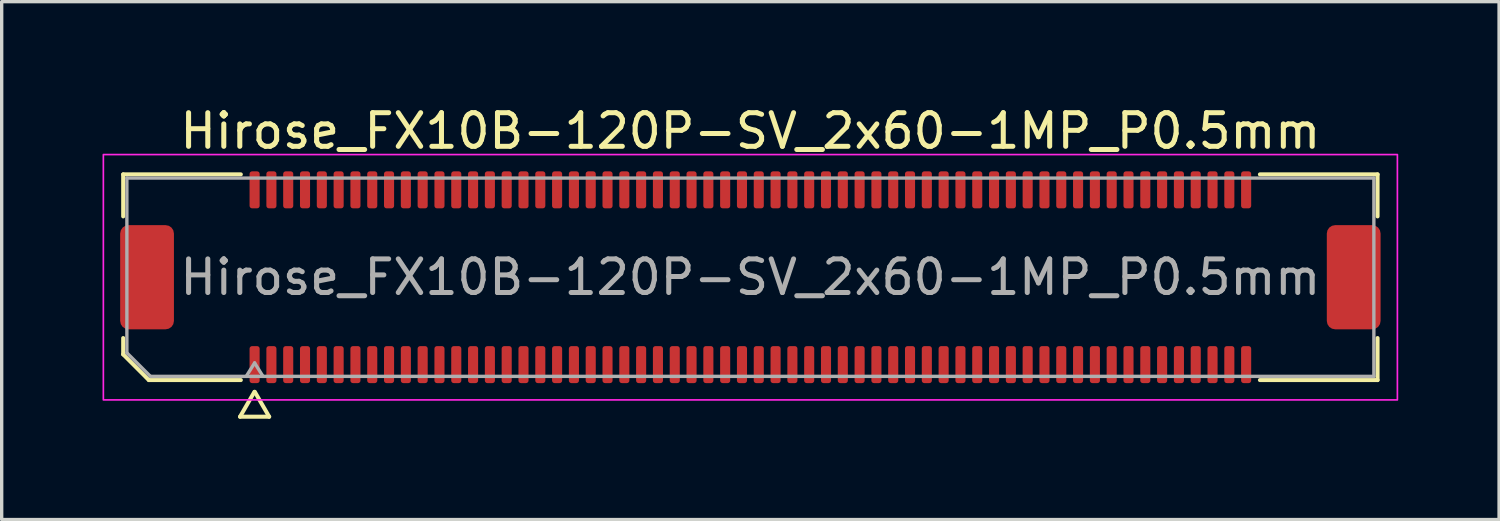
<source format=kicad_pcb>
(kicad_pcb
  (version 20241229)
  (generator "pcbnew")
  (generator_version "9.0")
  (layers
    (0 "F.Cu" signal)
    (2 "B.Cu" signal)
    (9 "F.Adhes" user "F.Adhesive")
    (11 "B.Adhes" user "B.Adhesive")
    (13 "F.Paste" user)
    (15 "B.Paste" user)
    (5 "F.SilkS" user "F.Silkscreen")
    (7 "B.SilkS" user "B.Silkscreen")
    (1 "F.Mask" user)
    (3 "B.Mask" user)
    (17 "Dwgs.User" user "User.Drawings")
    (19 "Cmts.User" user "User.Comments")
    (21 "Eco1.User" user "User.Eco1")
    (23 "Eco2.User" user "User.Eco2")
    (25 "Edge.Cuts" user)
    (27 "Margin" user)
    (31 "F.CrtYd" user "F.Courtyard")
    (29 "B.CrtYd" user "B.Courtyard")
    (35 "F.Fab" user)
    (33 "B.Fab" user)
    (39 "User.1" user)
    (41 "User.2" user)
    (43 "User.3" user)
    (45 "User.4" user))
  (footprint "Hirose_FX10B-120P-SV_2x60-1MP_P0.5mm"
    (layer "F.Cu")
    (at 19.275 5.198)
    (property "Reference" "Hirose_FX10B-120P-SV_2x60-1MP_P0.5mm" (at 0 -4.35 0) (layer "F.SilkS") (effects (font (size 1 1) (thickness 0.15))))
    (attr smd)
    (fp_line (start -18.66 -3.06) (end -15.16 -3.06) (stroke (width 0.12) (type solid)) (layer "F.SilkS"))
    (fp_line (start -18.66 -1.81) (end -18.66 -3.06) (stroke (width 0.12) (type solid)) (layer "F.SilkS"))
    (fp_line (start -18.66 2.296) (end -18.66 1.81) (stroke (width 0.12) (type solid)) (layer "F.SilkS"))
    (fp_line (start -17.896 3.06) (end -18.66 2.296) (stroke (width 0.12) (type solid)) (layer "F.SilkS"))
    (fp_line (start -15.183 4.15) (end -14.756 3.41) (stroke (width 0.12) (type solid)) (layer "F.SilkS"))
    (fp_line (start -15.16 3.06) (end -17.896 3.06) (stroke (width 0.12) (type solid)) (layer "F.SilkS"))
    (fp_line (start -14.744 3.41) (end -14.317 4.15) (stroke (width 0.12) (type solid)) (layer "F.SilkS"))
    (fp_line (start -14.317 4.15) (end -15.183 4.15) (stroke (width 0.12) (type solid)) (layer "F.SilkS"))
    (fp_line (start 15.16 -3.06) (end 18.66 -3.06) (stroke (width 0.12) (type solid)) (layer "F.SilkS"))
    (fp_line (start 18.66 -3.06) (end 18.66 -1.81) (stroke (width 0.12) (type solid)) (layer "F.SilkS"))
    (fp_line (start 18.66 1.81) (end 18.66 3.06) (stroke (width 0.12) (type solid)) (layer "F.SilkS"))
    (fp_line (start 18.66 3.06) (end 15.16 3.06) (stroke (width 0.12) (type solid)) (layer "F.SilkS"))
    (fp_rect (start -19.25 -3.65) (end 19.25 3.65) (stroke (width 0.05) (type solid)) (fill no) (layer "F.CrtYd"))
    (fp_line (start -18.55 -2.95) (end 18.55 -2.95) (stroke (width 0.1) (type solid)) (layer "F.Fab"))
    (fp_line (start -18.55 2.25) (end -18.55 -2.95) (stroke (width 0.1) (type solid)) (layer "F.Fab"))
    (fp_line (start -17.85 2.95) (end -18.55 2.25) (stroke (width 0.1) (type solid)) (layer "F.Fab"))
    (fp_line (start -15 2.95) (end -14.75 2.55) (stroke (width 0.1) (type solid)) (layer "F.Fab"))
    (fp_line (start -14.75 2.55) (end -14.5 2.95) (stroke (width 0.1) (type solid)) (layer "F.Fab"))
    (fp_line (start 18.55 -2.95) (end 18.55 2.95) (stroke (width 0.1) (type solid)) (layer "F.Fab"))
    (fp_line (start 18.55 2.95) (end -17.85 2.95) (stroke (width 0.1) (type solid)) (layer "F.Fab"))
    (fp_text user "${REFERENCE}" (at 0 0 0) (layer "F.Fab") (effects (font (size 1 1) (thickness 0.15))))
    (pad "1" smd roundrect (at -14.75 2.6) (size 0.3 1.1) (layers "F.Cu" "F.Mask" "F.Paste") (roundrect_rratio 0.25))
    (pad "2" smd roundrect (at -14.75 -2.6) (size 0.3 1.1) (layers "F.Cu" "F.Mask" "F.Paste") (roundrect_rratio 0.25))
    (pad "3" smd roundrect (at -14.25 2.6) (size 0.3 1.1) (layers "F.Cu" "F.Mask" "F.Paste") (roundrect_rratio 0.25))
    (pad "4" smd roundrect (at -14.25 -2.6) (size 0.3 1.1) (layers "F.Cu" "F.Mask" "F.Paste") (roundrect_rratio 0.25))
    (pad "5" smd roundrect (at -13.75 2.6) (size 0.3 1.1) (layers "F.Cu" "F.Mask" "F.Paste") (roundrect_rratio 0.25))
    (pad "6" smd roundrect (at -13.75 -2.6) (size 0.3 1.1) (layers "F.Cu" "F.Mask" "F.Paste") (roundrect_rratio 0.25))
    (pad "7" smd roundrect (at -13.25 2.6) (size 0.3 1.1) (layers "F.Cu" "F.Mask" "F.Paste") (roundrect_rratio 0.25))
    (pad "8" smd roundrect (at -13.25 -2.6) (size 0.3 1.1) (layers "F.Cu" "F.Mask" "F.Paste") (roundrect_rratio 0.25))
    (pad "9" smd roundrect (at -12.75 2.6) (size 0.3 1.1) (layers "F.Cu" "F.Mask" "F.Paste") (roundrect_rratio 0.25))
    (pad "10" smd roundrect (at -12.75 -2.6) (size 0.3 1.1) (layers "F.Cu" "F.Mask" "F.Paste") (roundrect_rratio 0.25))
    (pad "11" smd roundrect (at -12.25 2.6) (size 0.3 1.1) (layers "F.Cu" "F.Mask" "F.Paste") (roundrect_rratio 0.25))
    (pad "12" smd roundrect (at -12.25 -2.6) (size 0.3 1.1) (layers "F.Cu" "F.Mask" "F.Paste") (roundrect_rratio 0.25))
    (pad "13" smd roundrect (at -11.75 2.6) (size 0.3 1.1) (layers "F.Cu" "F.Mask" "F.Paste") (roundrect_rratio 0.25))
    (pad "14" smd roundrect (at -11.75 -2.6) (size 0.3 1.1) (layers "F.Cu" "F.Mask" "F.Paste") (roundrect_rratio 0.25))
    (pad "15" smd roundrect (at -11.25 2.6) (size 0.3 1.1) (layers "F.Cu" "F.Mask" "F.Paste") (roundrect_rratio 0.25))
    (pad "16" smd roundrect (at -11.25 -2.6) (size 0.3 1.1) (layers "F.Cu" "F.Mask" "F.Paste") (roundrect_rratio 0.25))
    (pad "17" smd roundrect (at -10.75 2.6) (size 0.3 1.1) (layers "F.Cu" "F.Mask" "F.Paste") (roundrect_rratio 0.25))
    (pad "18" smd roundrect (at -10.75 -2.6) (size 0.3 1.1) (layers "F.Cu" "F.Mask" "F.Paste") (roundrect_rratio 0.25))
    (pad "19" smd roundrect (at -10.25 2.6) (size 0.3 1.1) (layers "F.Cu" "F.Mask" "F.Paste") (roundrect_rratio 0.25))
    (pad "20" smd roundrect (at -10.25 -2.6) (size 0.3 1.1) (layers "F.Cu" "F.Mask" "F.Paste") (roundrect_rratio 0.25))
    (pad "21" smd roundrect (at -9.75 2.6) (size 0.3 1.1) (layers "F.Cu" "F.Mask" "F.Paste") (roundrect_rratio 0.25))
    (pad "22" smd roundrect (at -9.75 -2.6) (size 0.3 1.1) (layers "F.Cu" "F.Mask" "F.Paste") (roundrect_rratio 0.25))
    (pad "23" smd roundrect (at -9.25 2.6) (size 0.3 1.1) (layers "F.Cu" "F.Mask" "F.Paste") (roundrect_rratio 0.25))
    (pad "24" smd roundrect (at -9.25 -2.6) (size 0.3 1.1) (layers "F.Cu" "F.Mask" "F.Paste") (roundrect_rratio 0.25))
    (pad "25" smd roundrect (at -8.75 2.6) (size 0.3 1.1) (layers "F.Cu" "F.Mask" "F.Paste") (roundrect_rratio 0.25))
    (pad "26" smd roundrect (at -8.75 -2.6) (size 0.3 1.1) (layers "F.Cu" "F.Mask" "F.Paste") (roundrect_rratio 0.25))
    (pad "27" smd roundrect (at -8.25 2.6) (size 0.3 1.1) (layers "F.Cu" "F.Mask" "F.Paste") (roundrect_rratio 0.25))
    (pad "28" smd roundrect (at -8.25 -2.6) (size 0.3 1.1) (layers "F.Cu" "F.Mask" "F.Paste") (roundrect_rratio 0.25))
    (pad "29" smd roundrect (at -7.75 2.6) (size 0.3 1.1) (layers "F.Cu" "F.Mask" "F.Paste") (roundrect_rratio 0.25))
    (pad "30" smd roundrect (at -7.75 -2.6) (size 0.3 1.1) (layers "F.Cu" "F.Mask" "F.Paste") (roundrect_rratio 0.25))
    (pad "31" smd roundrect (at -7.25 2.6) (size 0.3 1.1) (layers "F.Cu" "F.Mask" "F.Paste") (roundrect_rratio 0.25))
    (pad "32" smd roundrect (at -7.25 -2.6) (size 0.3 1.1) (layers "F.Cu" "F.Mask" "F.Paste") (roundrect_rratio 0.25))
    (pad "33" smd roundrect (at -6.75 2.6) (size 0.3 1.1) (layers "F.Cu" "F.Mask" "F.Paste") (roundrect_rratio 0.25))
    (pad "34" smd roundrect (at -6.75 -2.6) (size 0.3 1.1) (layers "F.Cu" "F.Mask" "F.Paste") (roundrect_rratio 0.25))
    (pad "35" smd roundrect (at -6.25 2.6) (size 0.3 1.1) (layers "F.Cu" "F.Mask" "F.Paste") (roundrect_rratio 0.25))
    (pad "36" smd roundrect (at -6.25 -2.6) (size 0.3 1.1) (layers "F.Cu" "F.Mask" "F.Paste") (roundrect_rratio 0.25))
    (pad "37" smd roundrect (at -5.75 2.6) (size 0.3 1.1) (layers "F.Cu" "F.Mask" "F.Paste") (roundrect_rratio 0.25))
    (pad "38" smd roundrect (at -5.75 -2.6) (size 0.3 1.1) (layers "F.Cu" "F.Mask" "F.Paste") (roundrect_rratio 0.25))
    (pad "39" smd roundrect (at -5.25 2.6) (size 0.3 1.1) (layers "F.Cu" "F.Mask" "F.Paste") (roundrect_rratio 0.25))
    (pad "40" smd roundrect (at -5.25 -2.6) (size 0.3 1.1) (layers "F.Cu" "F.Mask" "F.Paste") (roundrect_rratio 0.25))
    (pad "41" smd roundrect (at -4.75 2.6) (size 0.3 1.1) (layers "F.Cu" "F.Mask" "F.Paste") (roundrect_rratio 0.25))
    (pad "42" smd roundrect (at -4.75 -2.6) (size 0.3 1.1) (layers "F.Cu" "F.Mask" "F.Paste") (roundrect_rratio 0.25))
    (pad "43" smd roundrect (at -4.25 2.6) (size 0.3 1.1) (layers "F.Cu" "F.Mask" "F.Paste") (roundrect_rratio 0.25))
    (pad "44" smd roundrect (at -4.25 -2.6) (size 0.3 1.1) (layers "F.Cu" "F.Mask" "F.Paste") (roundrect_rratio 0.25))
    (pad "45" smd roundrect (at -3.75 2.6) (size 0.3 1.1) (layers "F.Cu" "F.Mask" "F.Paste") (roundrect_rratio 0.25))
    (pad "46" smd roundrect (at -3.75 -2.6) (size 0.3 1.1) (layers "F.Cu" "F.Mask" "F.Paste") (roundrect_rratio 0.25))
    (pad "47" smd roundrect (at -3.25 2.6) (size 0.3 1.1) (layers "F.Cu" "F.Mask" "F.Paste") (roundrect_rratio 0.25))
    (pad "48" smd roundrect (at -3.25 -2.6) (size 0.3 1.1) (layers "F.Cu" "F.Mask" "F.Paste") (roundrect_rratio 0.25))
    (pad "49" smd roundrect (at -2.75 2.6) (size 0.3 1.1) (layers "F.Cu" "F.Mask" "F.Paste") (roundrect_rratio 0.25))
    (pad "50" smd roundrect (at -2.75 -2.6) (size 0.3 1.1) (layers "F.Cu" "F.Mask" "F.Paste") (roundrect_rratio 0.25))
    (pad "51" smd roundrect (at -2.25 2.6) (size 0.3 1.1) (layers "F.Cu" "F.Mask" "F.Paste") (roundrect_rratio 0.25))
    (pad "52" smd roundrect (at -2.25 -2.6) (size 0.3 1.1) (layers "F.Cu" "F.Mask" "F.Paste") (roundrect_rratio 0.25))
    (pad "53" smd roundrect (at -1.75 2.6) (size 0.3 1.1) (layers "F.Cu" "F.Mask" "F.Paste") (roundrect_rratio 0.25))
    (pad "54" smd roundrect (at -1.75 -2.6) (size 0.3 1.1) (layers "F.Cu" "F.Mask" "F.Paste") (roundrect_rratio 0.25))
    (pad "55" smd roundrect (at -1.25 2.6) (size 0.3 1.1) (layers "F.Cu" "F.Mask" "F.Paste") (roundrect_rratio 0.25))
    (pad "56" smd roundrect (at -1.25 -2.6) (size 0.3 1.1) (layers "F.Cu" "F.Mask" "F.Paste") (roundrect_rratio 0.25))
    (pad "57" smd roundrect (at -0.75 2.6) (size 0.3 1.1) (layers "F.Cu" "F.Mask" "F.Paste") (roundrect_rratio 0.25))
    (pad "58" smd roundrect (at -0.75 -2.6) (size 0.3 1.1) (layers "F.Cu" "F.Mask" "F.Paste") (roundrect_rratio 0.25))
    (pad "59" smd roundrect (at -0.25 2.6) (size 0.3 1.1) (layers "F.Cu" "F.Mask" "F.Paste") (roundrect_rratio 0.25))
    (pad "60" smd roundrect (at -0.25 -2.6) (size 0.3 1.1) (layers "F.Cu" "F.Mask" "F.Paste") (roundrect_rratio 0.25))
    (pad "61" smd roundrect (at 0.25 2.6) (size 0.3 1.1) (layers "F.Cu" "F.Mask" "F.Paste") (roundrect_rratio 0.25))
    (pad "62" smd roundrect (at 0.25 -2.6) (size 0.3 1.1) (layers "F.Cu" "F.Mask" "F.Paste") (roundrect_rratio 0.25))
    (pad "63" smd roundrect (at 0.75 2.6) (size 0.3 1.1) (layers "F.Cu" "F.Mask" "F.Paste") (roundrect_rratio 0.25))
    (pad "64" smd roundrect (at 0.75 -2.6) (size 0.3 1.1) (layers "F.Cu" "F.Mask" "F.Paste") (roundrect_rratio 0.25))
    (pad "65" smd roundrect (at 1.25 2.6) (size 0.3 1.1) (layers "F.Cu" "F.Mask" "F.Paste") (roundrect_rratio 0.25))
    (pad "66" smd roundrect (at 1.25 -2.6) (size 0.3 1.1) (layers "F.Cu" "F.Mask" "F.Paste") (roundrect_rratio 0.25))
    (pad "67" smd roundrect (at 1.75 2.6) (size 0.3 1.1) (layers "F.Cu" "F.Mask" "F.Paste") (roundrect_rratio 0.25))
    (pad "68" smd roundrect (at 1.75 -2.6) (size 0.3 1.1) (layers "F.Cu" "F.Mask" "F.Paste") (roundrect_rratio 0.25))
    (pad "69" smd roundrect (at 2.25 2.6) (size 0.3 1.1) (layers "F.Cu" "F.Mask" "F.Paste") (roundrect_rratio 0.25))
    (pad "70" smd roundrect (at 2.25 -2.6) (size 0.3 1.1) (layers "F.Cu" "F.Mask" "F.Paste") (roundrect_rratio 0.25))
    (pad "71" smd roundrect (at 2.75 2.6) (size 0.3 1.1) (layers "F.Cu" "F.Mask" "F.Paste") (roundrect_rratio 0.25))
    (pad "72" smd roundrect (at 2.75 -2.6) (size 0.3 1.1) (layers "F.Cu" "F.Mask" "F.Paste") (roundrect_rratio 0.25))
    (pad "73" smd roundrect (at 3.25 2.6) (size 0.3 1.1) (layers "F.Cu" "F.Mask" "F.Paste") (roundrect_rratio 0.25))
    (pad "74" smd roundrect (at 3.25 -2.6) (size 0.3 1.1) (layers "F.Cu" "F.Mask" "F.Paste") (roundrect_rratio 0.25))
    (pad "75" smd roundrect (at 3.75 2.6) (size 0.3 1.1) (layers "F.Cu" "F.Mask" "F.Paste") (roundrect_rratio 0.25))
    (pad "76" smd roundrect (at 3.75 -2.6) (size 0.3 1.1) (layers "F.Cu" "F.Mask" "F.Paste") (roundrect_rratio 0.25))
    (pad "77" smd roundrect (at 4.25 2.6) (size 0.3 1.1) (layers "F.Cu" "F.Mask" "F.Paste") (roundrect_rratio 0.25))
    (pad "78" smd roundrect (at 4.25 -2.6) (size 0.3 1.1) (layers "F.Cu" "F.Mask" "F.Paste") (roundrect_rratio 0.25))
    (pad "79" smd roundrect (at 4.75 2.6) (size 0.3 1.1) (layers "F.Cu" "F.Mask" "F.Paste") (roundrect_rratio 0.25))
    (pad "80" smd roundrect (at 4.75 -2.6) (size 0.3 1.1) (layers "F.Cu" "F.Mask" "F.Paste") (roundrect_rratio 0.25))
    (pad "81" smd roundrect (at 5.25 2.6) (size 0.3 1.1) (layers "F.Cu" "F.Mask" "F.Paste") (roundrect_rratio 0.25))
    (pad "82" smd roundrect (at 5.25 -2.6) (size 0.3 1.1) (layers "F.Cu" "F.Mask" "F.Paste") (roundrect_rratio 0.25))
    (pad "83" smd roundrect (at 5.75 2.6) (size 0.3 1.1) (layers "F.Cu" "F.Mask" "F.Paste") (roundrect_rratio 0.25))
    (pad "84" smd roundrect (at 5.75 -2.6) (size 0.3 1.1) (layers "F.Cu" "F.Mask" "F.Paste") (roundrect_rratio 0.25))
    (pad "85" smd roundrect (at 6.25 2.6) (size 0.3 1.1) (layers "F.Cu" "F.Mask" "F.Paste") (roundrect_rratio 0.25))
    (pad "86" smd roundrect (at 6.25 -2.6) (size 0.3 1.1) (layers "F.Cu" "F.Mask" "F.Paste") (roundrect_rratio 0.25))
    (pad "87" smd roundrect (at 6.75 2.6) (size 0.3 1.1) (layers "F.Cu" "F.Mask" "F.Paste") (roundrect_rratio 0.25))
    (pad "88" smd roundrect (at 6.75 -2.6) (size 0.3 1.1) (layers "F.Cu" "F.Mask" "F.Paste") (roundrect_rratio 0.25))
    (pad "89" smd roundrect (at 7.25 2.6) (size 0.3 1.1) (layers "F.Cu" "F.Mask" "F.Paste") (roundrect_rratio 0.25))
    (pad "90" smd roundrect (at 7.25 -2.6) (size 0.3 1.1) (layers "F.Cu" "F.Mask" "F.Paste") (roundrect_rratio 0.25))
    (pad "91" smd roundrect (at 7.75 2.6) (size 0.3 1.1) (layers "F.Cu" "F.Mask" "F.Paste") (roundrect_rratio 0.25))
    (pad "92" smd roundrect (at 7.75 -2.6) (size 0.3 1.1) (layers "F.Cu" "F.Mask" "F.Paste") (roundrect_rratio 0.25))
    (pad "93" smd roundrect (at 8.25 2.6) (size 0.3 1.1) (layers "F.Cu" "F.Mask" "F.Paste") (roundrect_rratio 0.25))
    (pad "94" smd roundrect (at 8.25 -2.6) (size 0.3 1.1) (layers "F.Cu" "F.Mask" "F.Paste") (roundrect_rratio 0.25))
    (pad "95" smd roundrect (at 8.75 2.6) (size 0.3 1.1) (layers "F.Cu" "F.Mask" "F.Paste") (roundrect_rratio 0.25))
    (pad "96" smd roundrect (at 8.75 -2.6) (size 0.3 1.1) (layers "F.Cu" "F.Mask" "F.Paste") (roundrect_rratio 0.25))
    (pad "97" smd roundrect (at 9.25 2.6) (size 0.3 1.1) (layers "F.Cu" "F.Mask" "F.Paste") (roundrect_rratio 0.25))
    (pad "98" smd roundrect (at 9.25 -2.6) (size 0.3 1.1) (layers "F.Cu" "F.Mask" "F.Paste") (roundrect_rratio 0.25))
    (pad "99" smd roundrect (at 9.75 2.6) (size 0.3 1.1) (layers "F.Cu" "F.Mask" "F.Paste") (roundrect_rratio 0.25))
    (pad "100" smd roundrect (at 9.75 -2.6) (size 0.3 1.1) (layers "F.Cu" "F.Mask" "F.Paste") (roundrect_rratio 0.25))
    (pad "101" smd roundrect (at 10.25 2.6) (size 0.3 1.1) (layers "F.Cu" "F.Mask" "F.Paste") (roundrect_rratio 0.25))
    (pad "102" smd roundrect (at 10.25 -2.6) (size 0.3 1.1) (layers "F.Cu" "F.Mask" "F.Paste") (roundrect_rratio 0.25))
    (pad "103" smd roundrect (at 10.75 2.6) (size 0.3 1.1) (layers "F.Cu" "F.Mask" "F.Paste") (roundrect_rratio 0.25))
    (pad "104" smd roundrect (at 10.75 -2.6) (size 0.3 1.1) (layers "F.Cu" "F.Mask" "F.Paste") (roundrect_rratio 0.25))
    (pad "105" smd roundrect (at 11.25 2.6) (size 0.3 1.1) (layers "F.Cu" "F.Mask" "F.Paste") (roundrect_rratio 0.25))
    (pad "106" smd roundrect (at 11.25 -2.6) (size 0.3 1.1) (layers "F.Cu" "F.Mask" "F.Paste") (roundrect_rratio 0.25))
    (pad "107" smd roundrect (at 11.75 2.6) (size 0.3 1.1) (layers "F.Cu" "F.Mask" "F.Paste") (roundrect_rratio 0.25))
    (pad "108" smd roundrect (at 11.75 -2.6) (size 0.3 1.1) (layers "F.Cu" "F.Mask" "F.Paste") (roundrect_rratio 0.25))
    (pad "109" smd roundrect (at 12.25 2.6) (size 0.3 1.1) (layers "F.Cu" "F.Mask" "F.Paste") (roundrect_rratio 0.25))
    (pad "110" smd roundrect (at 12.25 -2.6) (size 0.3 1.1) (layers "F.Cu" "F.Mask" "F.Paste") (roundrect_rratio 0.25))
    (pad "111" smd roundrect (at 12.75 2.6) (size 0.3 1.1) (layers "F.Cu" "F.Mask" "F.Paste") (roundrect_rratio 0.25))
    (pad "112" smd roundrect (at 12.75 -2.6) (size 0.3 1.1) (layers "F.Cu" "F.Mask" "F.Paste") (roundrect_rratio 0.25))
    (pad "113" smd roundrect (at 13.25 2.6) (size 0.3 1.1) (layers "F.Cu" "F.Mask" "F.Paste") (roundrect_rratio 0.25))
    (pad "114" smd roundrect (at 13.25 -2.6) (size 0.3 1.1) (layers "F.Cu" "F.Mask" "F.Paste") (roundrect_rratio 0.25))
    (pad "115" smd roundrect (at 13.75 2.6) (size 0.3 1.1) (layers "F.Cu" "F.Mask" "F.Paste") (roundrect_rratio 0.25))
    (pad "116" smd roundrect (at 13.75 -2.6) (size 0.3 1.1) (layers "F.Cu" "F.Mask" "F.Paste") (roundrect_rratio 0.25))
    (pad "117" smd roundrect (at 14.25 2.6) (size 0.3 1.1) (layers "F.Cu" "F.Mask" "F.Paste") (roundrect_rratio 0.25))
    (pad "118" smd roundrect (at 14.25 -2.6) (size 0.3 1.1) (layers "F.Cu" "F.Mask" "F.Paste") (roundrect_rratio 0.25))
    (pad "119" smd roundrect (at 14.75 2.6) (size 0.3 1.1) (layers "F.Cu" "F.Mask" "F.Paste") (roundrect_rratio 0.25))
    (pad "120" smd roundrect (at 14.75 -2.6) (size 0.3 1.1) (layers "F.Cu" "F.Mask" "F.Paste") (roundrect_rratio 0.25))
    (pad "MP" smd roundrect (at -17.95 0) (size 1.6 3.1) (layers "F.Cu" "F.Mask" "F.Paste") (roundrect_rratio 0.156))
    (pad "MP" smd roundrect (at 17.95 0) (size 1.6 3.1) (layers "F.Cu" "F.Mask" "F.Paste") (roundrect_rratio 0.156))
    (zone (net_name "") (layer "F.Cu") (name "keepout") (hatch edge 0.5) (connect_pads) (min_thickness 0.25) (filled_areas_thickness no) (keepout (tracks not_allowed) (vias not_allowed) (pads allowed) (copperpour not_allowed) (footprints allowed)) (placement (enabled no)) (fill) (polygon (pts (xy 4.375 3.148) (xy 34.175 3.148) (xy 34.175 4.198) (xy 4.375 4.198))))
    (zone (net_name "") (layer "F.Cu") (name "keepout") (hatch edge 0.5) (connect_pads) (min_thickness 0.25) (filled_areas_thickness no) (keepout (tracks not_allowed) (vias not_allowed) (pads allowed) (copperpour not_allowed) (footprints allowed)) (placement (enabled no)) (fill) (polygon (pts (xy 4.375 6.198) (xy 34.175 6.198) (xy 34.175 7.248) (xy 4.375 7.248)))))
  (gr_rect
    (start -3 -3)
    (end 41.55 12.408)
    (stroke (width 0.1) (type default))
    (fill no)
    (layer "Edge.Cuts")))
</source>
